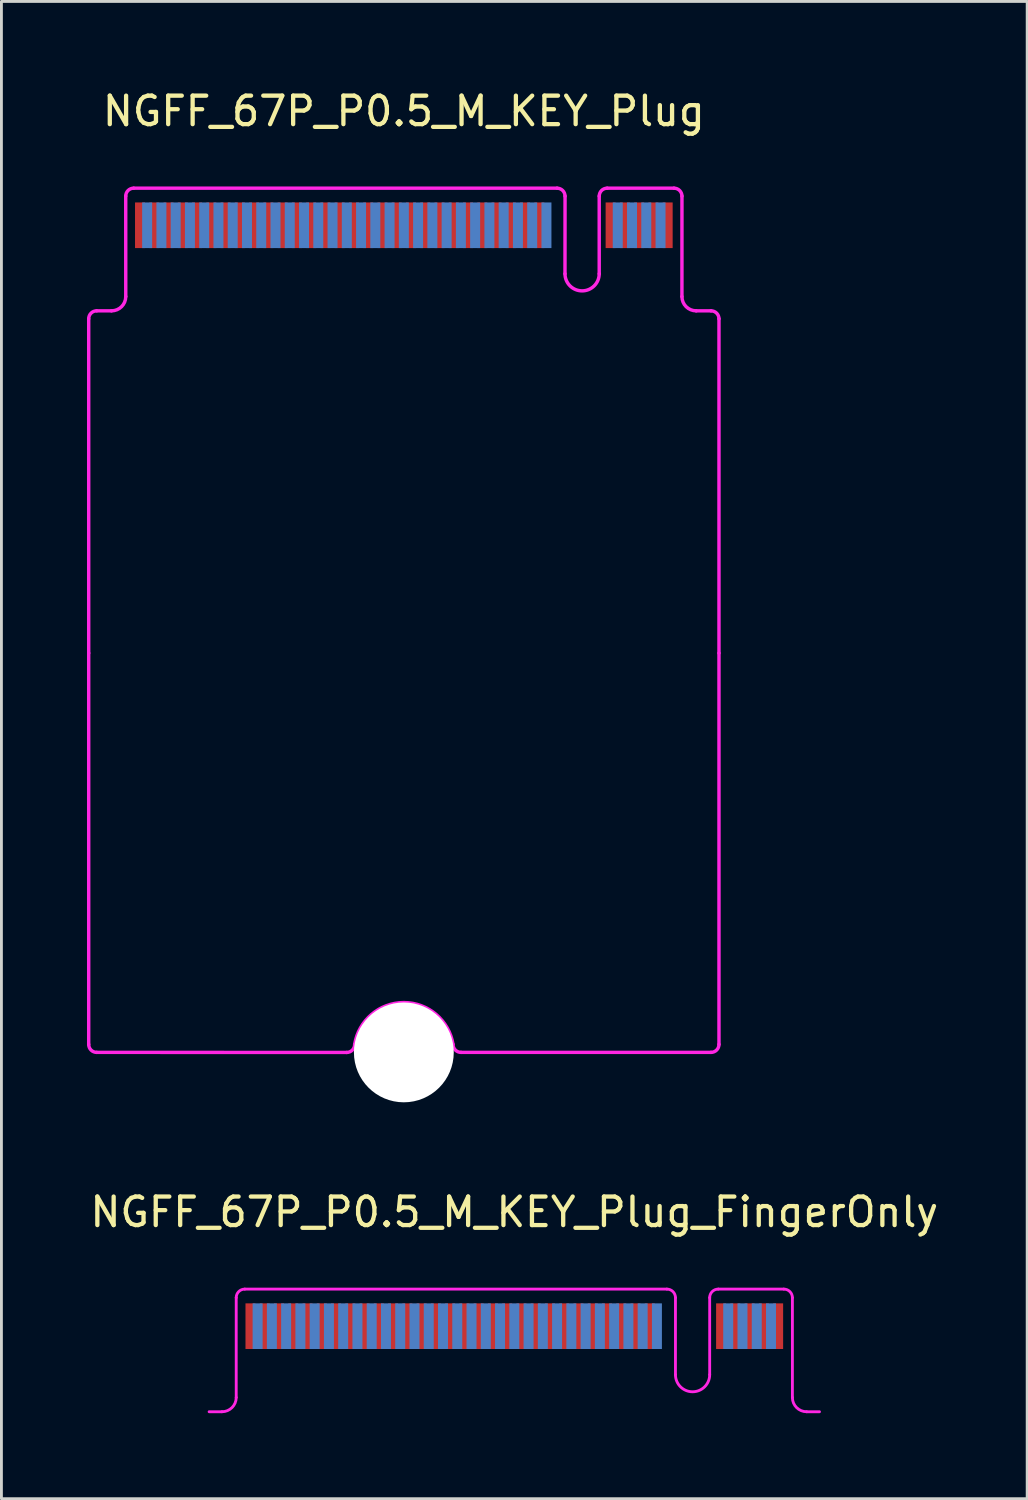
<source format=kicad_pcb>
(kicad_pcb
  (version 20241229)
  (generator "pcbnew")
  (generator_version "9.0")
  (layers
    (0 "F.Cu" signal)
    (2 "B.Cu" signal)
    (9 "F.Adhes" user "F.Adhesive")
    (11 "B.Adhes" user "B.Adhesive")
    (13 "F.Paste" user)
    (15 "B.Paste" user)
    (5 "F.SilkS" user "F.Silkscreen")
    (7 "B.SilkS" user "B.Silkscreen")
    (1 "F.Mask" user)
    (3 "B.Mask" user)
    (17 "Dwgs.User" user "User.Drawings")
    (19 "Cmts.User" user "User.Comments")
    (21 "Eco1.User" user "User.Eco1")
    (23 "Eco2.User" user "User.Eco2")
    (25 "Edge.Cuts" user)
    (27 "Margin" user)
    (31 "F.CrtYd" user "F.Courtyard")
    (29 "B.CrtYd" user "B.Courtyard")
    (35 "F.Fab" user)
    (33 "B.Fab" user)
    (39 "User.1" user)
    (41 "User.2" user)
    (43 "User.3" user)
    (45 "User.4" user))
  (footprint "NGFF_67P_P0.5_M_KEY_Plug_FingerOnly"
    (layer "F.Cu")
    (at 14.982 43.447)
    (property "Reference" "NGFF_67P_P0.5_M_KEY_Plug_FingerOnly" (at 0 -4 0) (layer "F.SilkS") (effects (font (size 1 1) (thickness 0.15))))
    (attr smd)
    (fp_line (start -10.25 3) (end -10.7 3) (stroke (width 0.1) (type solid)) (layer "F.CrtYd"))
    (fp_line (start -9.75 -1) (end -9.75 2.5) (stroke (width 0.1) (type solid)) (layer "F.CrtYd"))
    (fp_line (start 5.35 -1.3) (end -9.45 -1.3) (stroke (width 0.1) (type solid)) (layer "F.CrtYd"))
    (fp_line (start 5.65 -1) (end 5.65 1.7) (stroke (width 0.1) (type solid)) (layer "F.CrtYd"))
    (fp_line (start 6.85 -1) (end 6.85 1.7) (stroke (width 0.1) (type solid)) (layer "F.CrtYd"))
    (fp_line (start 7.15 -1.3) (end 9.45 -1.3) (stroke (width 0.1) (type solid)) (layer "F.CrtYd"))
    (fp_line (start 9.75 -1) (end 9.75 2.5) (stroke (width 0.1) (type solid)) (layer "F.CrtYd"))
    (fp_line (start 10.7 3) (end 10.25 3) (stroke (width 0.1) (type solid)) (layer "F.CrtYd"))
    (fp_arc (start -9.75 -1) (mid -9.662132 -1.212132) (end -9.45 -1.3) (stroke (width 0.1) (type solid)) (layer "F.CrtYd"))
    (fp_arc (start -9.75 2.5) (mid -9.896447 2.853553) (end -10.25 3) (stroke (width 0.1) (type solid)) (layer "F.CrtYd"))
    (fp_arc (start 5.35 -1.3) (mid 5.562132 -1.212132) (end 5.65 -1) (stroke (width 0.1) (type solid)) (layer "F.CrtYd"))
    (fp_arc (start 6.85 -1) (mid 6.937868 -1.212132) (end 7.15 -1.3) (stroke (width 0.1) (type solid)) (layer "F.CrtYd"))
    (fp_arc (start 6.85 1.7) (mid 6.25 2.3) (end 5.65 1.7) (stroke (width 0.1) (type solid)) (layer "F.CrtYd"))
    (fp_arc (start 9.45 -1.3) (mid 9.662132 -1.212132) (end 9.75 -1) (stroke (width 0.1) (type solid)) (layer "F.CrtYd"))
    (fp_arc (start 10.25 3) (mid 9.896447 2.853553) (end 9.75 2.5) (stroke (width 0.1) (type solid)) (layer "F.CrtYd"))
    (pad "1" smd rect (at -9.25 0) (size 0.35 1.6) (layers "F.Cu" "F.Mask" "F.Paste"))
    (pad "2" smd rect (at -9 0) (size 0.35 1.6) (layers "B.Cu" "B.Mask" "B.Paste"))
    (pad "3" smd rect (at -8.75 0) (size 0.35 1.6) (layers "F.Cu" "F.Mask" "F.Paste"))
    (pad "4" smd rect (at -8.5 0) (size 0.35 1.6) (layers "B.Cu" "B.Mask" "B.Paste"))
    (pad "5" smd rect (at -8.25 0) (size 0.35 1.6) (layers "F.Cu" "F.Mask" "F.Paste"))
    (pad "6" smd rect (at -8 0) (size 0.35 1.6) (layers "B.Cu" "B.Mask" "B.Paste"))
    (pad "7" smd rect (at -7.75 0) (size 0.35 1.6) (layers "F.Cu" "F.Mask" "F.Paste"))
    (pad "8" smd rect (at -7.5 0) (size 0.35 1.6) (layers "B.Cu" "B.Mask" "B.Paste"))
    (pad "9" smd rect (at -7.25 0) (size 0.35 1.6) (layers "F.Cu" "F.Mask" "F.Paste"))
    (pad "10" smd rect (at -7 0) (size 0.35 1.6) (layers "B.Cu" "B.Mask" "B.Paste"))
    (pad "11" smd rect (at -6.75 0) (size 0.35 1.6) (layers "F.Cu" "F.Mask" "F.Paste"))
    (pad "12" smd rect (at -6.5 0) (size 0.35 1.6) (layers "B.Cu" "B.Mask" "B.Paste"))
    (pad "13" smd rect (at -6.25 0) (size 0.35 1.6) (layers "F.Cu" "F.Mask" "F.Paste"))
    (pad "14" smd rect (at -6 0) (size 0.35 1.6) (layers "B.Cu" "B.Mask" "B.Paste"))
    (pad "15" smd rect (at -5.75 0) (size 0.35 1.6) (layers "F.Cu" "F.Mask" "F.Paste"))
    (pad "16" smd rect (at -5.5 0) (size 0.35 1.6) (layers "B.Cu" "B.Mask" "B.Paste"))
    (pad "17" smd rect (at -5.25 0) (size 0.35 1.6) (layers "F.Cu" "F.Mask" "F.Paste"))
    (pad "18" smd rect (at -5 0) (size 0.35 1.6) (layers "B.Cu" "B.Mask" "B.Paste"))
    (pad "19" smd rect (at -4.75 0) (size 0.35 1.6) (layers "F.Cu" "F.Mask" "F.Paste"))
    (pad "20" smd rect (at -4.5 0) (size 0.35 1.6) (layers "B.Cu" "B.Mask" "B.Paste"))
    (pad "21" smd rect (at -4.25 0) (size 0.35 1.6) (layers "F.Cu" "F.Mask" "F.Paste"))
    (pad "22" smd rect (at -4 0) (size 0.35 1.6) (layers "B.Cu" "B.Mask" "B.Paste"))
    (pad "23" smd rect (at -3.75 0) (size 0.35 1.6) (layers "F.Cu" "F.Mask" "F.Paste"))
    (pad "24" smd rect (at -3.5 0) (size 0.35 1.6) (layers "B.Cu" "B.Mask" "B.Paste"))
    (pad "25" smd rect (at -3.25 0) (size 0.35 1.6) (layers "F.Cu" "F.Mask" "F.Paste"))
    (pad "26" smd rect (at -3 0) (size 0.35 1.6) (layers "B.Cu" "B.Mask" "B.Paste"))
    (pad "27" smd rect (at -2.75 0) (size 0.35 1.6) (layers "F.Cu" "F.Mask" "F.Paste"))
    (pad "28" smd rect (at -2.5 0) (size 0.35 1.6) (layers "B.Cu" "B.Mask" "B.Paste"))
    (pad "29" smd rect (at -2.25 0) (size 0.35 1.6) (layers "F.Cu" "F.Mask" "F.Paste"))
    (pad "30" smd rect (at -2 0) (size 0.35 1.6) (layers "B.Cu" "B.Mask" "B.Paste"))
    (pad "31" smd rect (at -1.75 0) (size 0.35 1.6) (layers "F.Cu" "F.Mask" "F.Paste"))
    (pad "32" smd rect (at -1.5 0) (size 0.35 1.6) (layers "B.Cu" "B.Mask" "B.Paste"))
    (pad "33" smd rect (at -1.25 0) (size 0.35 1.6) (layers "F.Cu" "F.Mask" "F.Paste"))
    (pad "34" smd rect (at -1 0) (size 0.35 1.6) (layers "B.Cu" "B.Mask" "B.Paste"))
    (pad "35" smd rect (at -0.75 0) (size 0.35 1.6) (layers "F.Cu" "F.Mask" "F.Paste"))
    (pad "36" smd rect (at -0.5 0) (size 0.35 1.6) (layers "B.Cu" "B.Mask" "B.Paste"))
    (pad "37" smd rect (at -0.25 0) (size 0.35 1.6) (layers "F.Cu" "F.Mask" "F.Paste"))
    (pad "38" smd rect (at 0 0) (size 0.35 1.6) (layers "B.Cu" "B.Mask" "B.Paste"))
    (pad "39" smd rect (at 0.25 0) (size 0.35 1.6) (layers "F.Cu" "F.Mask" "F.Paste"))
    (pad "40" smd rect (at 0.5 0) (size 0.35 1.6) (layers "B.Cu" "B.Mask" "B.Paste"))
    (pad "41" smd rect (at 0.75 0) (size 0.35 1.6) (layers "F.Cu" "F.Mask" "F.Paste"))
    (pad "42" smd rect (at 1 0) (size 0.35 1.6) (layers "B.Cu" "B.Mask" "B.Paste"))
    (pad "43" smd rect (at 1.25 0) (size 0.35 1.6) (layers "F.Cu" "F.Mask" "F.Paste"))
    (pad "44" smd rect (at 1.5 0) (size 0.35 1.6) (layers "B.Cu" "B.Mask" "B.Paste"))
    (pad "45" smd rect (at 1.75 0) (size 0.35 1.6) (layers "F.Cu" "F.Mask" "F.Paste"))
    (pad "46" smd rect (at 2 0) (size 0.35 1.6) (layers "B.Cu" "B.Mask" "B.Paste"))
    (pad "47" smd rect (at 2.25 0) (size 0.35 1.6) (layers "F.Cu" "F.Mask" "F.Paste"))
    (pad "48" smd rect (at 2.5 0) (size 0.35 1.6) (layers "B.Cu" "B.Mask" "B.Paste"))
    (pad "49" smd rect (at 2.75 0) (size 0.35 1.6) (layers "F.Cu" "F.Mask" "F.Paste"))
    (pad "50" smd rect (at 3 0) (size 0.35 1.6) (layers "B.Cu" "B.Mask" "B.Paste"))
    (pad "51" smd rect (at 3.25 0) (size 0.35 1.6) (layers "F.Cu" "F.Mask" "F.Paste"))
    (pad "52" smd rect (at 3.5 0) (size 0.35 1.6) (layers "B.Cu" "B.Mask" "B.Paste"))
    (pad "53" smd rect (at 3.75 0) (size 0.35 1.6) (layers "F.Cu" "F.Mask" "F.Paste"))
    (pad "54" smd rect (at 4 0) (size 0.35 1.6) (layers "B.Cu" "B.Mask" "B.Paste"))
    (pad "55" smd rect (at 4.25 0) (size 0.35 1.6) (layers "F.Cu" "F.Mask" "F.Paste"))
    (pad "56" smd rect (at 4.5 0) (size 0.35 1.6) (layers "B.Cu" "B.Mask" "B.Paste"))
    (pad "57" smd rect (at 4.75 0) (size 0.35 1.6) (layers "F.Cu" "F.Mask" "F.Paste"))
    (pad "58" smd rect (at 5 0) (size 0.35 1.6) (layers "B.Cu" "B.Mask" "B.Paste"))
    (pad "67" smd rect (at 7.25 0) (size 0.35 1.6) (layers "F.Cu" "F.Mask" "F.Paste"))
    (pad "68" smd rect (at 7.5 0) (size 0.35 1.6) (layers "B.Cu" "B.Mask" "B.Paste"))
    (pad "69" smd rect (at 7.75 0) (size 0.35 1.6) (layers "F.Cu" "F.Mask" "F.Paste"))
    (pad "70" smd rect (at 8 0) (size 0.35 1.6) (layers "B.Cu" "B.Mask" "B.Paste"))
    (pad "71" smd rect (at 8.25 0) (size 0.35 1.6) (layers "F.Cu" "F.Mask" "F.Paste"))
    (pad "72" smd rect (at 8.5 0) (size 0.35 1.6) (layers "B.Cu" "B.Mask" "B.Paste"))
    (pad "73" smd rect (at 8.75 0) (size 0.35 1.6) (layers "F.Cu" "F.Mask" "F.Paste"))
    (pad "74" smd rect (at 9 0) (size 0.35 1.6) (layers "B.Cu" "B.Mask" "B.Paste"))
    (pad "75" smd rect (at 9.25 0) (size 0.35 1.6) (layers "F.Cu" "F.Mask" "F.Paste")))
  (footprint "NGFF_67P_P0.5_M_KEY_Plug"
    (layer "F.Cu")
    (at 11.109 4.848)
    (property "Reference" "NGFF_67P_P0.5_M_KEY_Plug" (at 0 -4 0) (layer "F.SilkS") (effects (font (size 1 1) (thickness 0.15))))
    (attr smd)
    (fp_line (start -11.049 3.279) (end -11.049 15) (stroke (width 0.12) (type solid)) (layer "F.CrtYd"))
    (fp_line (start -11.049 15) (end -11.049 28.72) (stroke (width 0.12) (type solid)) (layer "F.CrtYd"))
    (fp_line (start -10.77 28.999) (end -2.004 29.002) (stroke (width 0.12) (type solid)) (layer "F.CrtYd"))
    (fp_line (start -10.25 3) (end -10.77 3) (stroke (width 0.12) (type solid)) (layer "F.CrtYd"))
    (fp_line (start -9.751 -1.021) (end -9.75 2.5) (stroke (width 0.12) (type solid)) (layer "F.CrtYd"))
    (fp_line (start -9.472 -1.3) (end 5.372 -1.3) (stroke (width 0.12) (type solid)) (layer "F.CrtYd"))
    (fp_line (start 2.004 28.999) (end 10.77 28.999) (stroke (width 0.12) (type solid)) (layer "F.CrtYd"))
    (fp_line (start 5.65 1.7) (end 5.652 -1.021) (stroke (width 0.12) (type solid)) (layer "F.CrtYd"))
    (fp_line (start 6.85 1.7) (end 6.85 -1.021) (stroke (width 0.12) (type solid)) (layer "F.CrtYd"))
    (fp_line (start 7.13 -1.3) (end 9.472 -1.3) (stroke (width 0.12) (type solid)) (layer "F.CrtYd"))
    (fp_line (start 9.751 -1.021) (end 9.75 2.5) (stroke (width 0.12) (type solid)) (layer "F.CrtYd"))
    (fp_line (start 10.25 3) (end 10.77 3) (stroke (width 0.12) (type solid)) (layer "F.CrtYd"))
    (fp_line (start 11.049 15) (end 11.049 3.277) (stroke (width 0.12) (type solid)) (layer "F.CrtYd"))
    (fp_line (start 11.049 28.72) (end 11.049 15) (stroke (width 0.12) (type solid)) (layer "F.CrtYd"))
    (fp_arc (start -11.049 3.27914) (mid -10.967166 3.081574) (end -10.7696 2.99974) (stroke (width 0.12) (type solid)) (layer "F.CrtYd"))
    (fp_arc (start -10.7696 28.99918) (mid -10.967166 28.917346) (end -11.049 28.71978) (stroke (width 0.12) (type solid)) (layer "F.CrtYd"))
    (fp_arc (start -9.75106 -1.02108) (mid -9.669226 -1.218646) (end -9.47166 -1.30048) (stroke (width 0.12) (type solid)) (layer "F.CrtYd"))
    (fp_arc (start -9.75 2.5) (mid -9.896447 2.853553) (end -10.25 3) (stroke (width 0.12) (type solid)) (layer "F.CrtYd"))
    (fp_arc (start -1.72506 28.722256) (mid -0.001254 27.252724) (end 1.72466 28.71978) (stroke (width 0.12) (type solid)) (layer "F.CrtYd"))
    (fp_arc (start -1.72466 28.72232) (mid -1.806494 28.919886) (end -2.00406 29.00172) (stroke (width 0.12) (type solid)) (layer "F.CrtYd"))
    (fp_arc (start 2.00406 28.99918) (mid 1.806494 28.917346) (end 1.72466 28.71978) (stroke (width 0.12) (type solid)) (layer "F.CrtYd"))
    (fp_arc (start 5.3721 -1.30048) (mid 5.569666 -1.218646) (end 5.6515 -1.02108) (stroke (width 0.12) (type solid)) (layer "F.CrtYd"))
    (fp_arc (start 6.85 1.7) (mid 6.25 2.3) (end 5.65 1.7) (stroke (width 0.12) (type solid)) (layer "F.CrtYd"))
    (fp_arc (start 6.85038 -1.02108) (mid 6.932214 -1.218646) (end 7.12978 -1.30048) (stroke (width 0.12) (type solid)) (layer "F.CrtYd"))
    (fp_arc (start 9.47166 -1.30048) (mid 9.669226 -1.218646) (end 9.75106 -1.02108) (stroke (width 0.12) (type solid)) (layer "F.CrtYd"))
    (fp_arc (start 10.25 3) (mid 9.896447 2.853553) (end 9.75 2.5) (stroke (width 0.12) (type solid)) (layer "F.CrtYd"))
    (fp_arc (start 10.7696 3) (mid 10.967166 3.081834) (end 11.049 3.2794) (stroke (width 0.12) (type solid)) (layer "F.CrtYd"))
    (fp_arc (start 11.049 28.71978) (mid 10.967166 28.917346) (end 10.7696 28.99918) (stroke (width 0.12) (type solid)) (layer "F.CrtYd"))
    (pad "" np_thru_hole circle (at 0 29) (size 3.5 3.5) (drill 3.5) (layers "*.Cu" "*.Mask"))
    (pad "1" smd rect (at -9.25 0) (size 0.35 1.6) (layers "F.Cu" "F.Mask" "F.Paste"))
    (pad "2" smd rect (at -9 0) (size 0.35 1.6) (layers "B.Cu" "B.Mask" "B.Paste"))
    (pad "3" smd rect (at -8.75 0) (size 0.35 1.6) (layers "F.Cu" "F.Mask" "F.Paste"))
    (pad "4" smd rect (at -8.5 0) (size 0.35 1.6) (layers "B.Cu" "B.Mask" "B.Paste"))
    (pad "5" smd rect (at -8.25 0) (size 0.35 1.6) (layers "F.Cu" "F.Mask" "F.Paste"))
    (pad "6" smd rect (at -8 0) (size 0.35 1.6) (layers "B.Cu" "B.Mask" "B.Paste"))
    (pad "7" smd rect (at -7.75 0) (size 0.35 1.6) (layers "F.Cu" "F.Mask" "F.Paste"))
    (pad "8" smd rect (at -7.5 0) (size 0.35 1.6) (layers "B.Cu" "B.Mask" "B.Paste"))
    (pad "9" smd rect (at -7.25 0) (size 0.35 1.6) (layers "F.Cu" "F.Mask" "F.Paste"))
    (pad "10" smd rect (at -7 0) (size 0.35 1.6) (layers "B.Cu" "B.Mask" "B.Paste"))
    (pad "11" smd rect (at -6.75 0) (size 0.35 1.6) (layers "F.Cu" "F.Mask" "F.Paste"))
    (pad "12" smd rect (at -6.5 0) (size 0.35 1.6) (layers "B.Cu" "B.Mask" "B.Paste"))
    (pad "13" smd rect (at -6.25 0) (size 0.35 1.6) (layers "F.Cu" "F.Mask" "F.Paste"))
    (pad "14" smd rect (at -6 0) (size 0.35 1.6) (layers "B.Cu" "B.Mask" "B.Paste"))
    (pad "15" smd rect (at -5.75 0) (size 0.35 1.6) (layers "F.Cu" "F.Mask" "F.Paste"))
    (pad "16" smd rect (at -5.5 0) (size 0.35 1.6) (layers "B.Cu" "B.Mask" "B.Paste"))
    (pad "17" smd rect (at -5.25 0) (size 0.35 1.6) (layers "F.Cu" "F.Mask" "F.Paste"))
    (pad "18" smd rect (at -5 0) (size 0.35 1.6) (layers "B.Cu" "B.Mask" "B.Paste"))
    (pad "19" smd rect (at -4.75 0) (size 0.35 1.6) (layers "F.Cu" "F.Mask" "F.Paste"))
    (pad "20" smd rect (at -4.5 0) (size 0.35 1.6) (layers "B.Cu" "B.Mask" "B.Paste"))
    (pad "21" smd rect (at -4.25 0) (size 0.35 1.6) (layers "F.Cu" "F.Mask" "F.Paste"))
    (pad "22" smd rect (at -4 0) (size 0.35 1.6) (layers "B.Cu" "B.Mask" "B.Paste"))
    (pad "23" smd rect (at -3.75 0) (size 0.35 1.6) (layers "F.Cu" "F.Mask" "F.Paste"))
    (pad "24" smd rect (at -3.5 0) (size 0.35 1.6) (layers "B.Cu" "B.Mask" "B.Paste"))
    (pad "25" smd rect (at -3.25 0) (size 0.35 1.6) (layers "F.Cu" "F.Mask" "F.Paste"))
    (pad "26" smd rect (at -3 0) (size 0.35 1.6) (layers "B.Cu" "B.Mask" "B.Paste"))
    (pad "27" smd rect (at -2.75 0) (size 0.35 1.6) (layers "F.Cu" "F.Mask" "F.Paste"))
    (pad "28" smd rect (at -2.5 0) (size 0.35 1.6) (layers "B.Cu" "B.Mask" "B.Paste"))
    (pad "29" smd rect (at -2.25 0) (size 0.35 1.6) (layers "F.Cu" "F.Mask" "F.Paste"))
    (pad "30" smd rect (at -2 0) (size 0.35 1.6) (layers "B.Cu" "B.Mask" "B.Paste"))
    (pad "31" smd rect (at -1.75 0) (size 0.35 1.6) (layers "F.Cu" "F.Mask" "F.Paste"))
    (pad "32" smd rect (at -1.5 0) (size 0.35 1.6) (layers "B.Cu" "B.Mask" "B.Paste"))
    (pad "33" smd rect (at -1.25 0) (size 0.35 1.6) (layers "F.Cu" "F.Mask" "F.Paste"))
    (pad "34" smd rect (at -1 0) (size 0.35 1.6) (layers "B.Cu" "B.Mask" "B.Paste"))
    (pad "35" smd rect (at -0.75 0) (size 0.35 1.6) (layers "F.Cu" "F.Mask" "F.Paste"))
    (pad "36" smd rect (at -0.5 0) (size 0.35 1.6) (layers "B.Cu" "B.Mask" "B.Paste"))
    (pad "37" smd rect (at -0.25 0) (size 0.35 1.6) (layers "F.Cu" "F.Mask" "F.Paste"))
    (pad "38" smd rect (at 0 0) (size 0.35 1.6) (layers "B.Cu" "B.Mask" "B.Paste"))
    (pad "39" smd rect (at 0.25 0) (size 0.35 1.6) (layers "F.Cu" "F.Mask" "F.Paste"))
    (pad "40" smd rect (at 0.5 0) (size 0.35 1.6) (layers "B.Cu" "B.Mask" "B.Paste"))
    (pad "41" smd rect (at 0.75 0) (size 0.35 1.6) (layers "F.Cu" "F.Mask" "F.Paste"))
    (pad "42" smd rect (at 1 0) (size 0.35 1.6) (layers "B.Cu" "B.Mask" "B.Paste"))
    (pad "43" smd rect (at 1.25 0) (size 0.35 1.6) (layers "F.Cu" "F.Mask" "F.Paste"))
    (pad "44" smd rect (at 1.5 0) (size 0.35 1.6) (layers "B.Cu" "B.Mask" "B.Paste"))
    (pad "45" smd rect (at 1.75 0) (size 0.35 1.6) (layers "F.Cu" "F.Mask" "F.Paste"))
    (pad "46" smd rect (at 2 0) (size 0.35 1.6) (layers "B.Cu" "B.Mask" "B.Paste"))
    (pad "47" smd rect (at 2.25 0) (size 0.35 1.6) (layers "F.Cu" "F.Mask" "F.Paste"))
    (pad "48" smd rect (at 2.5 0) (size 0.35 1.6) (layers "B.Cu" "B.Mask" "B.Paste"))
    (pad "49" smd rect (at 2.75 0) (size 0.35 1.6) (layers "F.Cu" "F.Mask" "F.Paste"))
    (pad "50" smd rect (at 3 0) (size 0.35 1.6) (layers "B.Cu" "B.Mask" "B.Paste"))
    (pad "51" smd rect (at 3.25 0) (size 0.35 1.6) (layers "F.Cu" "F.Mask" "F.Paste"))
    (pad "52" smd rect (at 3.5 0) (size 0.35 1.6) (layers "B.Cu" "B.Mask" "B.Paste"))
    (pad "53" smd rect (at 3.75 0) (size 0.35 1.6) (layers "F.Cu" "F.Mask" "F.Paste"))
    (pad "54" smd rect (at 4 0) (size 0.35 1.6) (layers "B.Cu" "B.Mask" "B.Paste"))
    (pad "55" smd rect (at 4.25 0) (size 0.35 1.6) (layers "F.Cu" "F.Mask" "F.Paste"))
    (pad "56" smd rect (at 4.5 0) (size 0.35 1.6) (layers "B.Cu" "B.Mask" "B.Paste"))
    (pad "57" smd rect (at 4.75 0) (size 0.35 1.6) (layers "F.Cu" "F.Mask" "F.Paste"))
    (pad "58" smd rect (at 5 0) (size 0.35 1.6) (layers "B.Cu" "B.Mask" "B.Paste"))
    (pad "67" smd rect (at 7.25 0) (size 0.35 1.6) (layers "F.Cu" "F.Mask" "F.Paste"))
    (pad "68" smd rect (at 7.5 0) (size 0.35 1.6) (layers "B.Cu" "B.Mask" "B.Paste"))
    (pad "69" smd rect (at 7.75 0) (size 0.35 1.6) (layers "F.Cu" "F.Mask" "F.Paste"))
    (pad "70" smd rect (at 8 0) (size 0.35 1.6) (layers "B.Cu" "B.Mask" "B.Paste"))
    (pad "71" smd rect (at 8.25 0) (size 0.35 1.6) (layers "F.Cu" "F.Mask" "F.Paste"))
    (pad "72" smd rect (at 8.5 0) (size 0.35 1.6) (layers "B.Cu" "B.Mask" "B.Paste"))
    (pad "73" smd rect (at 8.75 0) (size 0.35 1.6) (layers "F.Cu" "F.Mask" "F.Paste"))
    (pad "74" smd rect (at 9 0) (size 0.35 1.6) (layers "B.Cu" "B.Mask" "B.Paste"))
    (pad "75" smd rect (at 9.25 0) (size 0.35 1.6) (layers "F.Cu" "F.Mask" "F.Paste")))
  (gr_rect
    (start -3 -3)
    (end 32.964 49.496)
    (stroke (width 0.1) (type default))
    (fill no)
    (layer "Edge.Cuts")))
</source>
